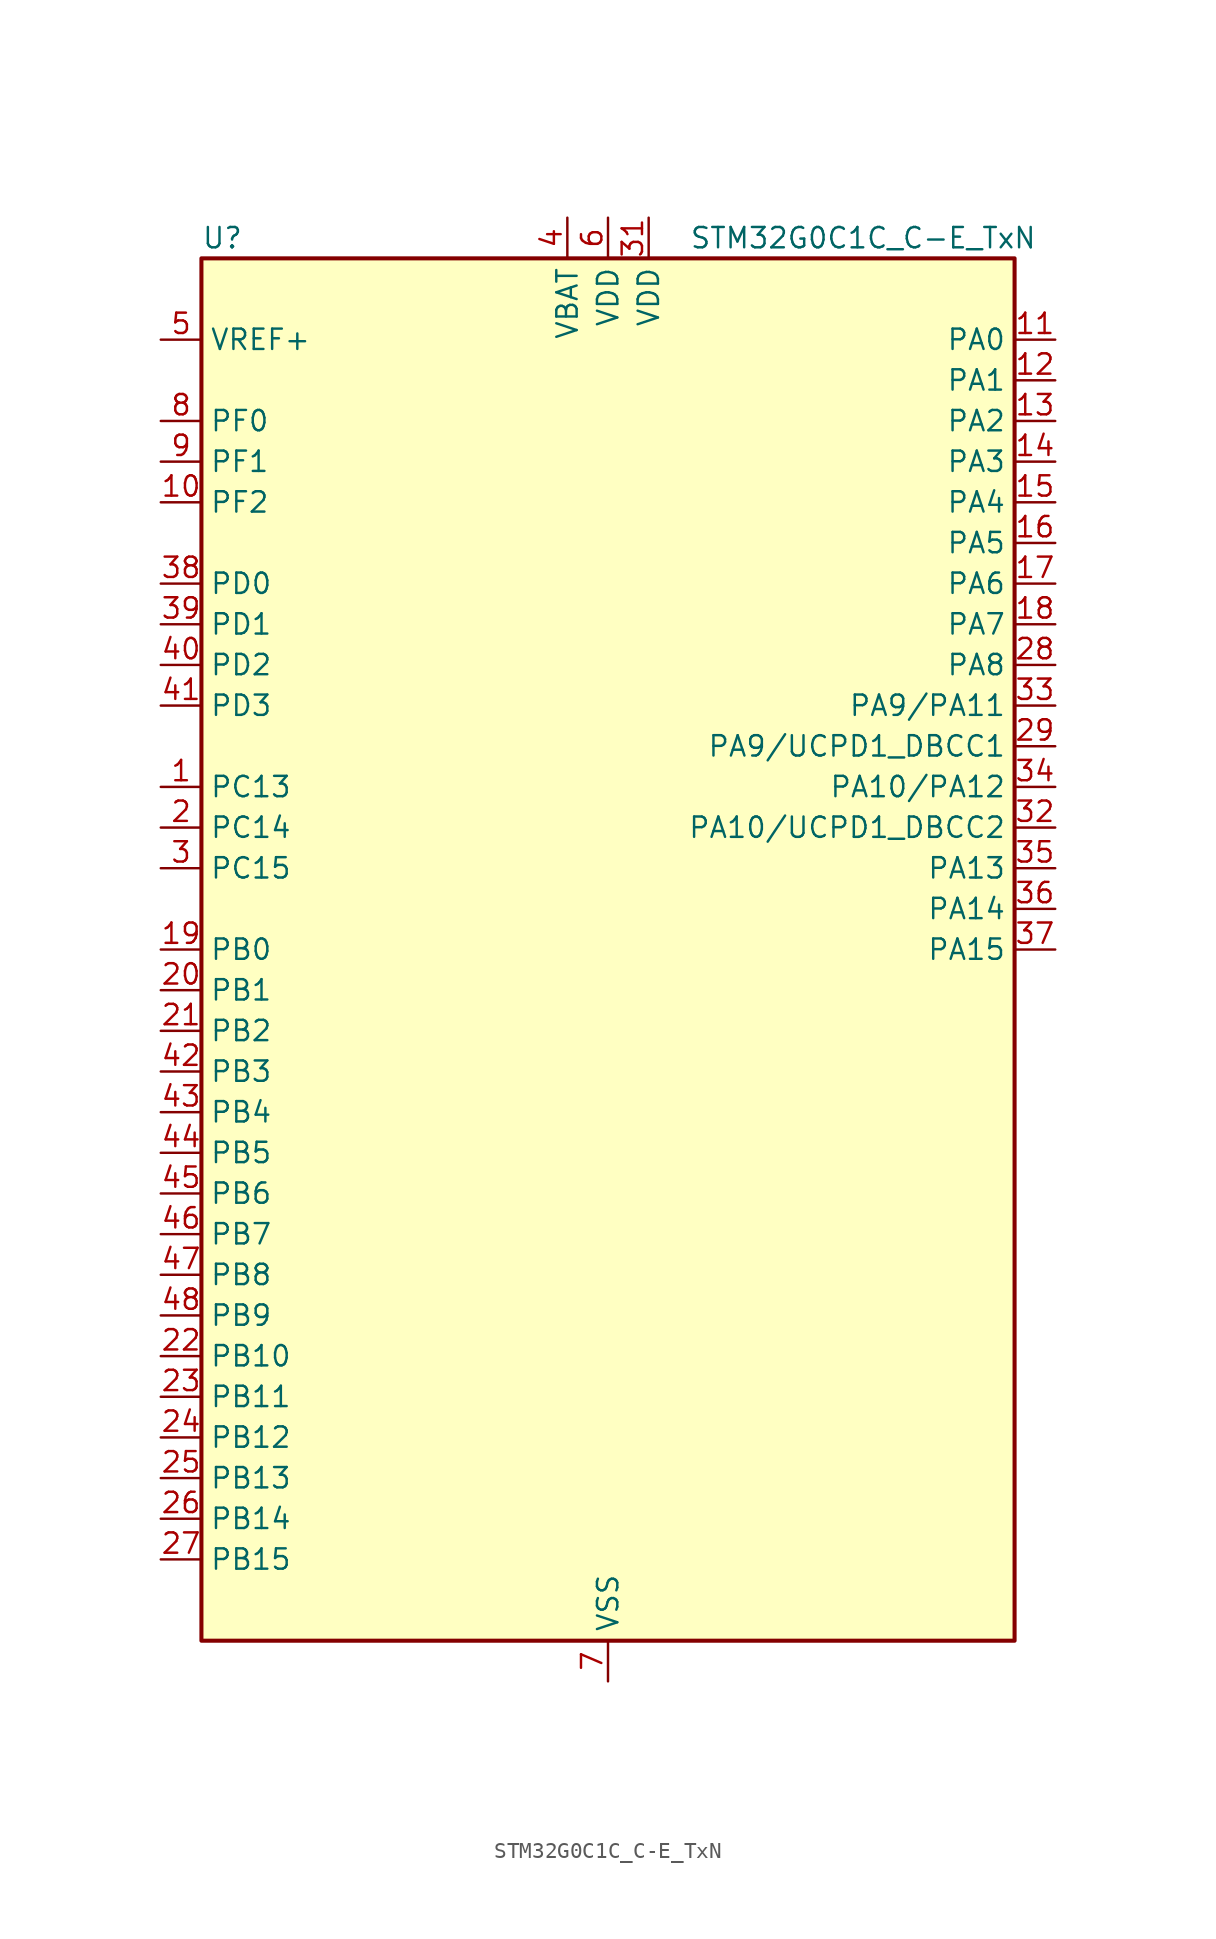
<source format=kicad_sym>
(kicad_symbol_lib
  (version 20231120)
  (generator "kicad-library-utils")
  (generator_version "8.0")
  (symbol "STM32G0C1C_C-E_TxN"
    (property "Reference" "U"
      (at -25.4 44.45 0)
      (effects (font (size 1.27 1.27)) (justify left)))
    (property "Value" "STM32G0C1C_C-E_TxN"
      (at 5.08 44.45 0)
      (effects (font (size 1.27 1.27)) (justify left)))
    (symbol "STM32G0C1C_C-E_TxN_0_1"
      (rectangle (start -25.4 -43.18) (end 25.4 43.18) (stroke (width 0.254) (type default)) (fill (type background))))
    (symbol "STM32G0C1C_C-E_TxN_1_1"
      (pin bidirectional line (at -27.94 10.16 0) (length 2.54) (name "PC13" (effects (font (size 1.27 1.27)))) (number "1" (effects (font (size 1.27 1.27)))) (alternate "RTC_OUT1" bidirectional line) (alternate "RTC_TAMP_IN1" bidirectional line) (alternate "RTC_TS" bidirectional line) (alternate "SYS_WKUP2" bidirectional line) (alternate "TIM1_BK" bidirectional line))
      (pin bidirectional line (at -27.94 27.94 0) (length 2.54) (name "PF2" (effects (font (size 1.27 1.27)))) (number "10" (effects (font (size 1.27 1.27)))) (alternate "LPUART2_DE" bidirectional line) (alternate "LPUART2_RTS" bidirectional line) (alternate "LPUART2_TX" bidirectional line) (alternate "RCC_MCO" bidirectional line))
      (pin bidirectional line (at 27.94 38.1 180) (length 2.54) (name "PA0" (effects (font (size 1.27 1.27)))) (number "11" (effects (font (size 1.27 1.27)))) (alternate "ADC1_IN0" bidirectional line) (alternate "COMP1_INM" bidirectional line) (alternate "COMP1_OUT" bidirectional line) (alternate "I2S2_CK" bidirectional line) (alternate "LPTIM1_OUT" bidirectional line) (alternate "RTC_TAMP_IN2" bidirectional line) (alternate "SPI2_SCK" bidirectional line) (alternate "SYS_WKUP1" bidirectional line) (alternate "TIM2_CH1" bidirectional line) (alternate "TIM2_ETR" bidirectional line) (alternate "UCPD2_FRSTX1" bidirectional line) (alternate "UCPD2_FRSTX2" bidirectional line) (alternate "USART2_CTS" bidirectional line) (alternate "USART2_NSS" bidirectional line) (alternate "USART4_TX" bidirectional line))
      (pin bidirectional line (at 27.94 35.56 180) (length 2.54) (name "PA1" (effects (font (size 1.27 1.27)))) (number "12" (effects (font (size 1.27 1.27)))) (alternate "ADC1_IN1" bidirectional line) (alternate "COMP1_INP" bidirectional line) (alternate "I2C1_SMBA" bidirectional line) (alternate "I2S1_CK" bidirectional line) (alternate "SPI1_SCK" bidirectional line) (alternate "TIM15_CH1N" bidirectional line) (alternate "TIM2_CH2" bidirectional line) (alternate "USART2_CK" bidirectional line) (alternate "USART2_DE" bidirectional line) (alternate "USART2_RTS" bidirectional line) (alternate "USART4_RX" bidirectional line))
      (pin bidirectional line (at 27.94 33.02 180) (length 2.54) (name "PA2" (effects (font (size 1.27 1.27)))) (number "13" (effects (font (size 1.27 1.27)))) (alternate "ADC1_IN2" bidirectional line) (alternate "COMP2_INM" bidirectional line) (alternate "COMP2_OUT" bidirectional line) (alternate "I2S1_SD" bidirectional line) (alternate "LPUART1_TX" bidirectional line) (alternate "RCC_LSCO" bidirectional line) (alternate "SPI1_MOSI" bidirectional line) (alternate "SYS_WKUP4" bidirectional line) (alternate "TIM15_CH1" bidirectional line) (alternate "TIM2_CH3" bidirectional line) (alternate "UCPD1_FRSTX1" bidirectional line) (alternate "UCPD1_FRSTX2" bidirectional line) (alternate "USART2_TX" bidirectional line))
      (pin bidirectional line (at 27.94 30.48 180) (length 2.54) (name "PA3" (effects (font (size 1.27 1.27)))) (number "14" (effects (font (size 1.27 1.27)))) (alternate "ADC1_IN3" bidirectional line) (alternate "COMP2_INP" bidirectional line) (alternate "I2S2_MCK" bidirectional line) (alternate "LPUART1_RX" bidirectional line) (alternate "SPI2_MISO" bidirectional line) (alternate "TIM15_CH2" bidirectional line) (alternate "TIM2_CH4" bidirectional line) (alternate "UCPD2_FRSTX1" bidirectional line) (alternate "UCPD2_FRSTX2" bidirectional line) (alternate "USART2_RX" bidirectional line))
      (pin bidirectional line (at 27.94 27.94 180) (length 2.54) (name "PA4" (effects (font (size 1.27 1.27)))) (number "15" (effects (font (size 1.27 1.27)))) (alternate "ADC1_IN4" bidirectional line) (alternate "DAC1_OUT1" bidirectional line) (alternate "I2S1_WS" bidirectional line) (alternate "I2S2_SD" bidirectional line) (alternate "LPTIM2_OUT" bidirectional line) (alternate "RTC_OUT2" bidirectional line) (alternate "SPI1_NSS" bidirectional line) (alternate "SPI2_MOSI" bidirectional line) (alternate "SPI3_NSS" bidirectional line) (alternate "TIM14_CH1" bidirectional line) (alternate "UCPD2_FRSTX1" bidirectional line) (alternate "UCPD2_FRSTX2" bidirectional line) (alternate "USART6_TX" bidirectional line) (alternate "USB_NOE" bidirectional line))
      (pin bidirectional line (at 27.94 25.4 180) (length 2.54) (name "PA5" (effects (font (size 1.27 1.27)))) (number "16" (effects (font (size 1.27 1.27)))) (alternate "ADC1_IN5" bidirectional line) (alternate "CEC" bidirectional line) (alternate "DAC1_OUT2" bidirectional line) (alternate "I2S1_CK" bidirectional line) (alternate "LPTIM2_ETR" bidirectional line) (alternate "SPI1_SCK" bidirectional line) (alternate "TIM2_CH1" bidirectional line) (alternate "TIM2_ETR" bidirectional line) (alternate "UCPD1_FRSTX1" bidirectional line) (alternate "UCPD1_FRSTX2" bidirectional line) (alternate "USART3_TX" bidirectional line) (alternate "USART6_RX" bidirectional line))
      (pin bidirectional line (at 27.94 22.86 180) (length 2.54) (name "PA6" (effects (font (size 1.27 1.27)))) (number "17" (effects (font (size 1.27 1.27)))) (alternate "ADC1_IN6" bidirectional line) (alternate "COMP1_OUT" bidirectional line) (alternate "I2C2_SDA" bidirectional line) (alternate "I2C3_SDA" bidirectional line) (alternate "I2S1_MCK" bidirectional line) (alternate "LPUART1_CTS" bidirectional line) (alternate "SPI1_MISO" bidirectional line) (alternate "TIM16_CH1" bidirectional line) (alternate "TIM1_BK" bidirectional line) (alternate "TIM3_CH1" bidirectional line) (alternate "USART3_CTS" bidirectional line) (alternate "USART3_NSS" bidirectional line) (alternate "USART6_CTS" bidirectional line) (alternate "USART6_NSS" bidirectional line))
      (pin bidirectional line (at 27.94 20.32 180) (length 2.54) (name "PA7" (effects (font (size 1.27 1.27)))) (number "18" (effects (font (size 1.27 1.27)))) (alternate "ADC1_IN7" bidirectional line) (alternate "COMP2_OUT" bidirectional line) (alternate "I2C2_SCL" bidirectional line) (alternate "I2C3_SCL" bidirectional line) (alternate "I2S1_SD" bidirectional line) (alternate "SPI1_MOSI" bidirectional line) (alternate "TIM14_CH1" bidirectional line) (alternate "TIM17_CH1" bidirectional line) (alternate "TIM1_CH1N" bidirectional line) (alternate "TIM3_CH2" bidirectional line) (alternate "UCPD1_FRSTX1" bidirectional line) (alternate "UCPD1_FRSTX2" bidirectional line) (alternate "USART6_CK" bidirectional line) (alternate "USART6_DE" bidirectional line) (alternate "USART6_RTS" bidirectional line))
      (pin bidirectional line (at -27.94 0 0) (length 2.54) (name "PB0" (effects (font (size 1.27 1.27)))) (number "19" (effects (font (size 1.27 1.27)))) (alternate "ADC1_IN8" bidirectional line) (alternate "COMP1_OUT" bidirectional line) (alternate "COMP3_INP" bidirectional line) (alternate "FDCAN2_RX" bidirectional line) (alternate "I2S1_WS" bidirectional line) (alternate "LPTIM1_OUT" bidirectional line) (alternate "LPUART2_CTS" bidirectional line) (alternate "SPI1_NSS" bidirectional line) (alternate "TIM1_CH2N" bidirectional line) (alternate "TIM3_CH3" bidirectional line) (alternate "UCPD1_FRSTX1" bidirectional line) (alternate "UCPD1_FRSTX2" bidirectional line) (alternate "USART3_RX" bidirectional line) (alternate "USART5_TX" bidirectional line))
      (pin bidirectional line (at -27.94 7.62 0) (length 2.54) (name "PC14" (effects (font (size 1.27 1.27)))) (number "2" (effects (font (size 1.27 1.27)))) (alternate "RCC_OSC32_IN" bidirectional line) (alternate "TIM1_BK2" bidirectional line))
      (pin bidirectional line (at -27.94 -2.54 0) (length 2.54) (name "PB1" (effects (font (size 1.27 1.27)))) (number "20" (effects (font (size 1.27 1.27)))) (alternate "ADC1_IN9" bidirectional line) (alternate "COMP1_INM" bidirectional line) (alternate "COMP3_OUT" bidirectional line) (alternate "FDCAN2_TX" bidirectional line) (alternate "LPTIM2_IN1" bidirectional line) (alternate "LPUART1_DE" bidirectional line) (alternate "LPUART1_RTS" bidirectional line) (alternate "LPUART2_DE" bidirectional line) (alternate "LPUART2_RTS" bidirectional line) (alternate "TIM14_CH1" bidirectional line) (alternate "TIM1_CH3N" bidirectional line) (alternate "TIM3_CH4" bidirectional line) (alternate "USART3_CK" bidirectional line) (alternate "USART3_DE" bidirectional line) (alternate "USART3_RTS" bidirectional line) (alternate "USART5_RX" bidirectional line))
      (pin bidirectional line (at -27.94 -5.08 0) (length 2.54) (name "PB2" (effects (font (size 1.27 1.27)))) (number "21" (effects (font (size 1.27 1.27)))) (alternate "ADC1_IN10" bidirectional line) (alternate "COMP1_INP" bidirectional line) (alternate "COMP3_INM" bidirectional line) (alternate "I2S2_MCK" bidirectional line) (alternate "LPTIM1_OUT" bidirectional line) (alternate "RCC_MCO_2" bidirectional line) (alternate "SPI2_MISO" bidirectional line) (alternate "USART3_TX" bidirectional line))
      (pin bidirectional line (at -27.94 -25.4 0) (length 2.54) (name "PB10" (effects (font (size 1.27 1.27)))) (number "22" (effects (font (size 1.27 1.27)))) (alternate "ADC1_IN11" bidirectional line) (alternate "CEC" bidirectional line) (alternate "COMP1_OUT" bidirectional line) (alternate "I2C2_SCL" bidirectional line) (alternate "I2S2_CK" bidirectional line) (alternate "LPUART1_RX" bidirectional line) (alternate "SPI2_SCK" bidirectional line) (alternate "TIM2_CH3" bidirectional line) (alternate "USART3_TX" bidirectional line))
      (pin bidirectional line (at -27.94 -27.94 0) (length 2.54) (name "PB11" (effects (font (size 1.27 1.27)))) (number "23" (effects (font (size 1.27 1.27)))) (alternate "ADC1_EXTI11" bidirectional line) (alternate "ADC1_IN15" bidirectional line) (alternate "COMP2_OUT" bidirectional line) (alternate "I2C2_SDA" bidirectional line) (alternate "I2S2_SD" bidirectional line) (alternate "LPUART1_TX" bidirectional line) (alternate "SPI2_MOSI" bidirectional line) (alternate "TIM2_CH4" bidirectional line) (alternate "USART3_RX" bidirectional line))
      (pin bidirectional line (at -27.94 -30.48 0) (length 2.54) (name "PB12" (effects (font (size 1.27 1.27)))) (number "24" (effects (font (size 1.27 1.27)))) (alternate "ADC1_IN16" bidirectional line) (alternate "FDCAN2_RX" bidirectional line) (alternate "I2C2_SMBA" bidirectional line) (alternate "I2S2_WS" bidirectional line) (alternate "LPUART1_DE" bidirectional line) (alternate "LPUART1_RTS" bidirectional line) (alternate "SPI2_NSS" bidirectional line) (alternate "TIM15_BK" bidirectional line) (alternate "TIM1_BK" bidirectional line) (alternate "UCPD2_FRSTX1" bidirectional line) (alternate "UCPD2_FRSTX2" bidirectional line))
      (pin bidirectional line (at -27.94 -33.02 0) (length 2.54) (name "PB13" (effects (font (size 1.27 1.27)))) (number "25" (effects (font (size 1.27 1.27)))) (alternate "FDCAN2_TX" bidirectional line) (alternate "I2C2_SCL" bidirectional line) (alternate "I2S2_CK" bidirectional line) (alternate "LPUART1_CTS" bidirectional line) (alternate "SPI2_SCK" bidirectional line) (alternate "TIM15_CH1N" bidirectional line) (alternate "TIM1_CH1N" bidirectional line) (alternate "USART3_CTS" bidirectional line) (alternate "USART3_NSS" bidirectional line))
      (pin bidirectional line (at -27.94 -35.56 0) (length 2.54) (name "PB14" (effects (font (size 1.27 1.27)))) (number "26" (effects (font (size 1.27 1.27)))) (alternate "I2C2_SDA" bidirectional line) (alternate "I2S2_MCK" bidirectional line) (alternate "SPI2_MISO" bidirectional line) (alternate "TIM15_CH1" bidirectional line) (alternate "TIM1_CH2N" bidirectional line) (alternate "UCPD1_FRSTX1" bidirectional line) (alternate "UCPD1_FRSTX2" bidirectional line) (alternate "USART3_CK" bidirectional line) (alternate "USART3_DE" bidirectional line) (alternate "USART3_RTS" bidirectional line) (alternate "USART6_CK" bidirectional line) (alternate "USART6_DE" bidirectional line) (alternate "USART6_RTS" bidirectional line))
      (pin bidirectional line (at -27.94 -38.1 0) (length 2.54) (name "PB15" (effects (font (size 1.27 1.27)))) (number "27" (effects (font (size 1.27 1.27)))) (alternate "I2S2_SD" bidirectional line) (alternate "RTC_REFIN" bidirectional line) (alternate "SPI2_MOSI" bidirectional line) (alternate "TIM15_CH1N" bidirectional line) (alternate "TIM15_CH2" bidirectional line) (alternate "TIM1_CH3N" bidirectional line) (alternate "UCPD1_CC2" bidirectional line) (alternate "USART6_CTS" bidirectional line) (alternate "USART6_NSS" bidirectional line))
      (pin bidirectional line (at 27.94 17.78 180) (length 2.54) (name "PA8" (effects (font (size 1.27 1.27)))) (number "28" (effects (font (size 1.27 1.27)))) (alternate "CRS1_SYNC" bidirectional line) (alternate "I2C2_SMBA" bidirectional line) (alternate "I2S2_WS" bidirectional line) (alternate "LPTIM2_OUT" bidirectional line) (alternate "RCC_MCO" bidirectional line) (alternate "SPI2_NSS" bidirectional line) (alternate "TIM1_CH1" bidirectional line) (alternate "UCPD1_CC1" bidirectional line))
      (pin bidirectional line (at 27.94 12.7 180) (length 2.54) (name "PA9/UCPD1_DBCC1" (effects (font (size 1.27 1.27)))) (number "29" (effects (font (size 1.27 1.27)))) (alternate "PA9" bidirectional line) (alternate "DAC1_EXTI9 (PA9)" bidirectional line) (alternate "I2C1_SCL (PA9)" bidirectional line) (alternate "I2C2_SCL (PA9)" bidirectional line) (alternate "I2S2_MCK (PA9)" bidirectional line) (alternate "RCC_MCO (PA9)" bidirectional line) (alternate "SPI2_MISO (PA9)" bidirectional line) (alternate "TIM15_BK (PA9)" bidirectional line) (alternate "TIM1_CH2 (PA9)" bidirectional line) (alternate "UCPD1_DBCC1 (PA9)" bidirectional line) (alternate "USART1_TX (PA9)" bidirectional line) (alternate "UCPD1_DBCC1" bidirectional line) (alternate "UCPD1_DBCC1 (UCPD1_DBCC1)" bidirectional line))
      (pin bidirectional line (at -27.94 5.08 0) (length 2.54) (name "PC15" (effects (font (size 1.27 1.27)))) (number "3" (effects (font (size 1.27 1.27)))) (alternate "RCC_OSC32_EN" bidirectional line) (alternate "RCC_OSC32_OUT" bidirectional line) (alternate "RCC_OSC_EN" bidirectional line) (alternate "TIM15_BK" bidirectional line))
      (pin passive line (at 0 -45.72 90) (length 2.54) hide (name "VSS" (effects (font (size 1.27 1.27)))) (number "30" (effects (font (size 1.27 1.27)))))
      (pin power_in line (at 2.54 45.72 270) (length 2.54) (name "VDD" (effects (font (size 1.27 1.27)))) (number "31" (effects (font (size 1.27 1.27)))))
      (pin bidirectional line (at 27.94 7.62 180) (length 2.54) (name "PA10/UCPD1_DBCC2" (effects (font (size 1.27 1.27)))) (number "32" (effects (font (size 1.27 1.27)))) (alternate "PA10" bidirectional line) (alternate "I2C1_SDA (PA10)" bidirectional line) (alternate "I2C2_SDA (PA10)" bidirectional line) (alternate "I2S2_SD (PA10)" bidirectional line) (alternate "RCC_MCO_2 (PA10)" bidirectional line) (alternate "SPI2_MOSI (PA10)" bidirectional line) (alternate "TIM17_BK (PA10)" bidirectional line) (alternate "TIM1_CH3 (PA10)" bidirectional line) (alternate "UCPD1_DBCC2 (PA10)" bidirectional line) (alternate "USART1_RX (PA10)" bidirectional line) (alternate "UCPD1_DBCC2" bidirectional line) (alternate "UCPD1_DBCC2 (UCPD1_DBCC2)" bidirectional line))
      (pin bidirectional line (at 27.94 15.24 180) (length 2.54) (name "PA9/PA11" (effects (font (size 1.27 1.27)))) (number "33" (effects (font (size 1.27 1.27)))) (alternate "PA9" bidirectional line) (alternate "DAC1_EXTI9 (PA9)" bidirectional line) (alternate "I2C1_SCL (PA9)" bidirectional line) (alternate "I2C2_SCL (PA9)" bidirectional line) (alternate "I2S2_MCK (PA9)" bidirectional line) (alternate "RCC_MCO (PA9)" bidirectional line) (alternate "SPI2_MISO (PA9)" bidirectional line) (alternate "TIM15_BK (PA9)" bidirectional line) (alternate "TIM1_CH2 (PA9)" bidirectional line) (alternate "UCPD1_DBCC1 (PA9)" bidirectional line) (alternate "USART1_TX (PA9)" bidirectional line) (alternate "PA11" bidirectional line) (alternate "ADC1_EXTI11 (PA11)" bidirectional line) (alternate "COMP1_OUT (PA11)" bidirectional line) (alternate "FDCAN1_RX (PA11)" bidirectional line) (alternate "I2C2_SCL (PA11)" bidirectional line) (alternate "I2S1_MCK (PA11)" bidirectional line) (alternate "SPI1_MISO (PA11)" bidirectional line) (alternate "TIM1_BK2 (PA11)" bidirectional line) (alternate "TIM1_CH4 (PA11)" bidirectional line) (alternate "USART1_CTS (PA11)" bidirectional line) (alternate "USART1_NSS (PA11)" bidirectional line) (alternate "USB_DM (PA11)" bidirectional line))
      (pin bidirectional line (at 27.94 10.16 180) (length 2.54) (name "PA10/PA12" (effects (font (size 1.27 1.27)))) (number "34" (effects (font (size 1.27 1.27)))) (alternate "PA10" bidirectional line) (alternate "I2C1_SDA (PA10)" bidirectional line) (alternate "I2C2_SDA (PA10)" bidirectional line) (alternate "I2S2_SD (PA10)" bidirectional line) (alternate "RCC_MCO_2 (PA10)" bidirectional line) (alternate "SPI2_MOSI (PA10)" bidirectional line) (alternate "TIM17_BK (PA10)" bidirectional line) (alternate "TIM1_CH3 (PA10)" bidirectional line) (alternate "UCPD1_DBCC2 (PA10)" bidirectional line) (alternate "USART1_RX (PA10)" bidirectional line) (alternate "PA12" bidirectional line) (alternate "COMP2_OUT (PA12)" bidirectional line) (alternate "FDCAN1_TX (PA12)" bidirectional line) (alternate "I2C2_SDA (PA12)" bidirectional line) (alternate "I2S1_SD (PA12)" bidirectional line) (alternate "I2S_CKIN (PA12)" bidirectional line) (alternate "SPI1_MOSI (PA12)" bidirectional line) (alternate "TIM1_ETR (PA12)" bidirectional line) (alternate "USART1_CK (PA12)" bidirectional line) (alternate "USART1_DE (PA12)" bidirectional line) (alternate "USART1_RTS (PA12)" bidirectional line) (alternate "USB_DP (PA12)" bidirectional line))
      (pin bidirectional line (at 27.94 5.08 180) (length 2.54) (name "PA13" (effects (font (size 1.27 1.27)))) (number "35" (effects (font (size 1.27 1.27)))) (alternate "IR_OUT" bidirectional line) (alternate "LPUART2_RX" bidirectional line) (alternate "SYS_SWDIO" bidirectional line) (alternate "USB_NOE" bidirectional line))
      (pin bidirectional line (at 27.94 2.54 180) (length 2.54) (name "PA14" (effects (font (size 1.27 1.27)))) (number "36" (effects (font (size 1.27 1.27)))) (alternate "LPUART2_TX" bidirectional line) (alternate "SYS_SWCLK" bidirectional line) (alternate "USART2_TX" bidirectional line))
      (pin bidirectional line (at 27.94 0 180) (length 2.54) (name "PA15" (effects (font (size 1.27 1.27)))) (number "37" (effects (font (size 1.27 1.27)))) (alternate "I2C2_SMBA" bidirectional line) (alternate "I2S1_WS" bidirectional line) (alternate "RCC_MCO_2" bidirectional line) (alternate "SPI1_NSS" bidirectional line) (alternate "SPI3_NSS" bidirectional line) (alternate "TIM2_CH1" bidirectional line) (alternate "TIM2_ETR" bidirectional line) (alternate "USART2_RX" bidirectional line) (alternate "USART3_CK" bidirectional line) (alternate "USART3_DE" bidirectional line) (alternate "USART3_RTS" bidirectional line) (alternate "USART4_CK" bidirectional line) (alternate "USART4_DE" bidirectional line) (alternate "USART4_RTS" bidirectional line) (alternate "USB_NOE" bidirectional line))
      (pin bidirectional line (at -27.94 22.86 0) (length 2.54) (name "PD0" (effects (font (size 1.27 1.27)))) (number "38" (effects (font (size 1.27 1.27)))) (alternate "FDCAN1_RX" bidirectional line) (alternate "I2S2_WS" bidirectional line) (alternate "SPI2_NSS" bidirectional line) (alternate "TIM16_CH1" bidirectional line) (alternate "UCPD2_CC1" bidirectional line))
      (pin bidirectional line (at -27.94 20.32 0) (length 2.54) (name "PD1" (effects (font (size 1.27 1.27)))) (number "39" (effects (font (size 1.27 1.27)))) (alternate "FDCAN1_TX" bidirectional line) (alternate "I2S2_CK" bidirectional line) (alternate "SPI2_SCK" bidirectional line) (alternate "TIM17_CH1" bidirectional line) (alternate "UCPD2_DBCC1" bidirectional line))
      (pin power_in line (at -2.54 45.72 270) (length 2.54) (name "VBAT" (effects (font (size 1.27 1.27)))) (number "4" (effects (font (size 1.27 1.27)))))
      (pin bidirectional line (at -27.94 17.78 0) (length 2.54) (name "PD2" (effects (font (size 1.27 1.27)))) (number "40" (effects (font (size 1.27 1.27)))) (alternate "TIM1_CH1N" bidirectional line) (alternate "TIM3_ETR" bidirectional line) (alternate "UCPD2_CC2" bidirectional line) (alternate "USART3_CK" bidirectional line) (alternate "USART3_DE" bidirectional line) (alternate "USART3_RTS" bidirectional line) (alternate "USART5_RX" bidirectional line))
      (pin bidirectional line (at -27.94 15.24 0) (length 2.54) (name "PD3" (effects (font (size 1.27 1.27)))) (number "41" (effects (font (size 1.27 1.27)))) (alternate "I2S2_MCK" bidirectional line) (alternate "SPI2_MISO" bidirectional line) (alternate "TIM1_CH2N" bidirectional line) (alternate "UCPD2_DBCC2" bidirectional line) (alternate "USART2_CTS" bidirectional line) (alternate "USART2_NSS" bidirectional line) (alternate "USART5_TX" bidirectional line))
      (pin bidirectional line (at -27.94 -7.62 0) (length 2.54) (name "PB3" (effects (font (size 1.27 1.27)))) (number "42" (effects (font (size 1.27 1.27)))) (alternate "COMP2_INM" bidirectional line) (alternate "I2C2_SCL" bidirectional line) (alternate "I2C3_SCL" bidirectional line) (alternate "I2S1_CK" bidirectional line) (alternate "SPI1_SCK" bidirectional line) (alternate "SPI3_SCK" bidirectional line) (alternate "TIM1_CH2" bidirectional line) (alternate "TIM2_CH2" bidirectional line) (alternate "USART1_CK" bidirectional line) (alternate "USART1_DE" bidirectional line) (alternate "USART1_RTS" bidirectional line) (alternate "USART5_TX" bidirectional line))
      (pin bidirectional line (at -27.94 -10.16 0) (length 2.54) (name "PB4" (effects (font (size 1.27 1.27)))) (number "43" (effects (font (size 1.27 1.27)))) (alternate "COMP2_INP" bidirectional line) (alternate "I2C2_SDA" bidirectional line) (alternate "I2C3_SDA" bidirectional line) (alternate "I2S1_MCK" bidirectional line) (alternate "SPI1_MISO" bidirectional line) (alternate "SPI3_MISO" bidirectional line) (alternate "TIM17_BK" bidirectional line) (alternate "TIM3_CH1" bidirectional line) (alternate "USART1_CTS" bidirectional line) (alternate "USART1_NSS" bidirectional line) (alternate "USART5_RX" bidirectional line))
      (pin bidirectional line (at -27.94 -12.7 0) (length 2.54) (name "PB5" (effects (font (size 1.27 1.27)))) (number "44" (effects (font (size 1.27 1.27)))) (alternate "COMP2_OUT" bidirectional line) (alternate "FDCAN2_RX" bidirectional line) (alternate "I2C1_SMBA" bidirectional line) (alternate "I2S1_SD" bidirectional line) (alternate "LPTIM1_IN1" bidirectional line) (alternate "SPI1_MOSI" bidirectional line) (alternate "SPI3_MOSI" bidirectional line) (alternate "SYS_WKUP6" bidirectional line) (alternate "TIM16_BK" bidirectional line) (alternate "TIM3_CH2" bidirectional line) (alternate "USART5_CK" bidirectional line) (alternate "USART5_DE" bidirectional line) (alternate "USART5_RTS" bidirectional line))
      (pin bidirectional line (at -27.94 -15.24 0) (length 2.54) (name "PB6" (effects (font (size 1.27 1.27)))) (number "45" (effects (font (size 1.27 1.27)))) (alternate "COMP2_INP" bidirectional line) (alternate "FDCAN2_TX" bidirectional line) (alternate "I2C1_SCL" bidirectional line) (alternate "I2S2_MCK" bidirectional line) (alternate "LPTIM1_ETR" bidirectional line) (alternate "LPUART2_TX" bidirectional line) (alternate "SPI2_MISO" bidirectional line) (alternate "TIM16_CH1N" bidirectional line) (alternate "TIM1_CH3" bidirectional line) (alternate "TIM4_CH1" bidirectional line) (alternate "USART1_TX" bidirectional line) (alternate "USART5_CTS" bidirectional line) (alternate "USART5_NSS" bidirectional line))
      (pin bidirectional line (at -27.94 -17.78 0) (length 2.54) (name "PB7" (effects (font (size 1.27 1.27)))) (number "46" (effects (font (size 1.27 1.27)))) (alternate "COMP2_INM" bidirectional line) (alternate "I2C1_SDA" bidirectional line) (alternate "I2S2_SD" bidirectional line) (alternate "LPTIM1_IN2" bidirectional line) (alternate "LPUART2_RX" bidirectional line) (alternate "SPI2_MOSI" bidirectional line) (alternate "SYS_PVD_IN" bidirectional line) (alternate "TIM17_CH1N" bidirectional line) (alternate "TIM4_CH2" bidirectional line) (alternate "USART1_RX" bidirectional line) (alternate "USART4_CTS" bidirectional line) (alternate "USART4_NSS" bidirectional line))
      (pin bidirectional line (at -27.94 -20.32 0) (length 2.54) (name "PB8" (effects (font (size 1.27 1.27)))) (number "47" (effects (font (size 1.27 1.27)))) (alternate "CEC" bidirectional line) (alternate "FDCAN1_RX" bidirectional line) (alternate "I2C1_SCL" bidirectional line) (alternate "I2S2_CK" bidirectional line) (alternate "SPI2_SCK" bidirectional line) (alternate "TIM15_BK" bidirectional line) (alternate "TIM16_CH1" bidirectional line) (alternate "TIM4_CH3" bidirectional line) (alternate "USART3_TX" bidirectional line) (alternate "USART6_TX" bidirectional line))
      (pin bidirectional line (at -27.94 -22.86 0) (length 2.54) (name "PB9" (effects (font (size 1.27 1.27)))) (number "48" (effects (font (size 1.27 1.27)))) (alternate "DAC1_EXTI9" bidirectional line) (alternate "FDCAN1_TX" bidirectional line) (alternate "I2C1_SDA" bidirectional line) (alternate "I2S2_WS" bidirectional line) (alternate "IR_OUT" bidirectional line) (alternate "SPI2_NSS" bidirectional line) (alternate "TIM17_CH1" bidirectional line) (alternate "TIM4_CH4" bidirectional line) (alternate "UCPD2_FRSTX1" bidirectional line) (alternate "UCPD2_FRSTX2" bidirectional line) (alternate "USART3_RX" bidirectional line) (alternate "USART6_RX" bidirectional line))
      (pin input line (at -27.94 38.1 0) (length 2.54) (name "VREF+" (effects (font (size 1.27 1.27)))) (number "5" (effects (font (size 1.27 1.27)))) (alternate "VREFBUF_OUT" bidirectional line))
      (pin power_in line (at 0 45.72 270) (length 2.54) (name "VDD" (effects (font (size 1.27 1.27)))) (number "6" (effects (font (size 1.27 1.27)))))
      (pin power_in line (at 0 -45.72 90) (length 2.54) (name "VSS" (effects (font (size 1.27 1.27)))) (number "7" (effects (font (size 1.27 1.27)))))
      (pin bidirectional line (at -27.94 33.02 0) (length 2.54) (name "PF0" (effects (font (size 1.27 1.27)))) (number "8" (effects (font (size 1.27 1.27)))) (alternate "CRS1_SYNC" bidirectional line) (alternate "RCC_OSC_IN" bidirectional line) (alternate "TIM14_CH1" bidirectional line))
      (pin bidirectional line (at -27.94 30.48 0) (length 2.54) (name "PF1" (effects (font (size 1.27 1.27)))) (number "9" (effects (font (size 1.27 1.27)))) (alternate "RCC_OSC_EN" bidirectional line) (alternate "RCC_OSC_OUT" bidirectional line) (alternate "TIM15_CH1N" bidirectional line)))))
</source>
